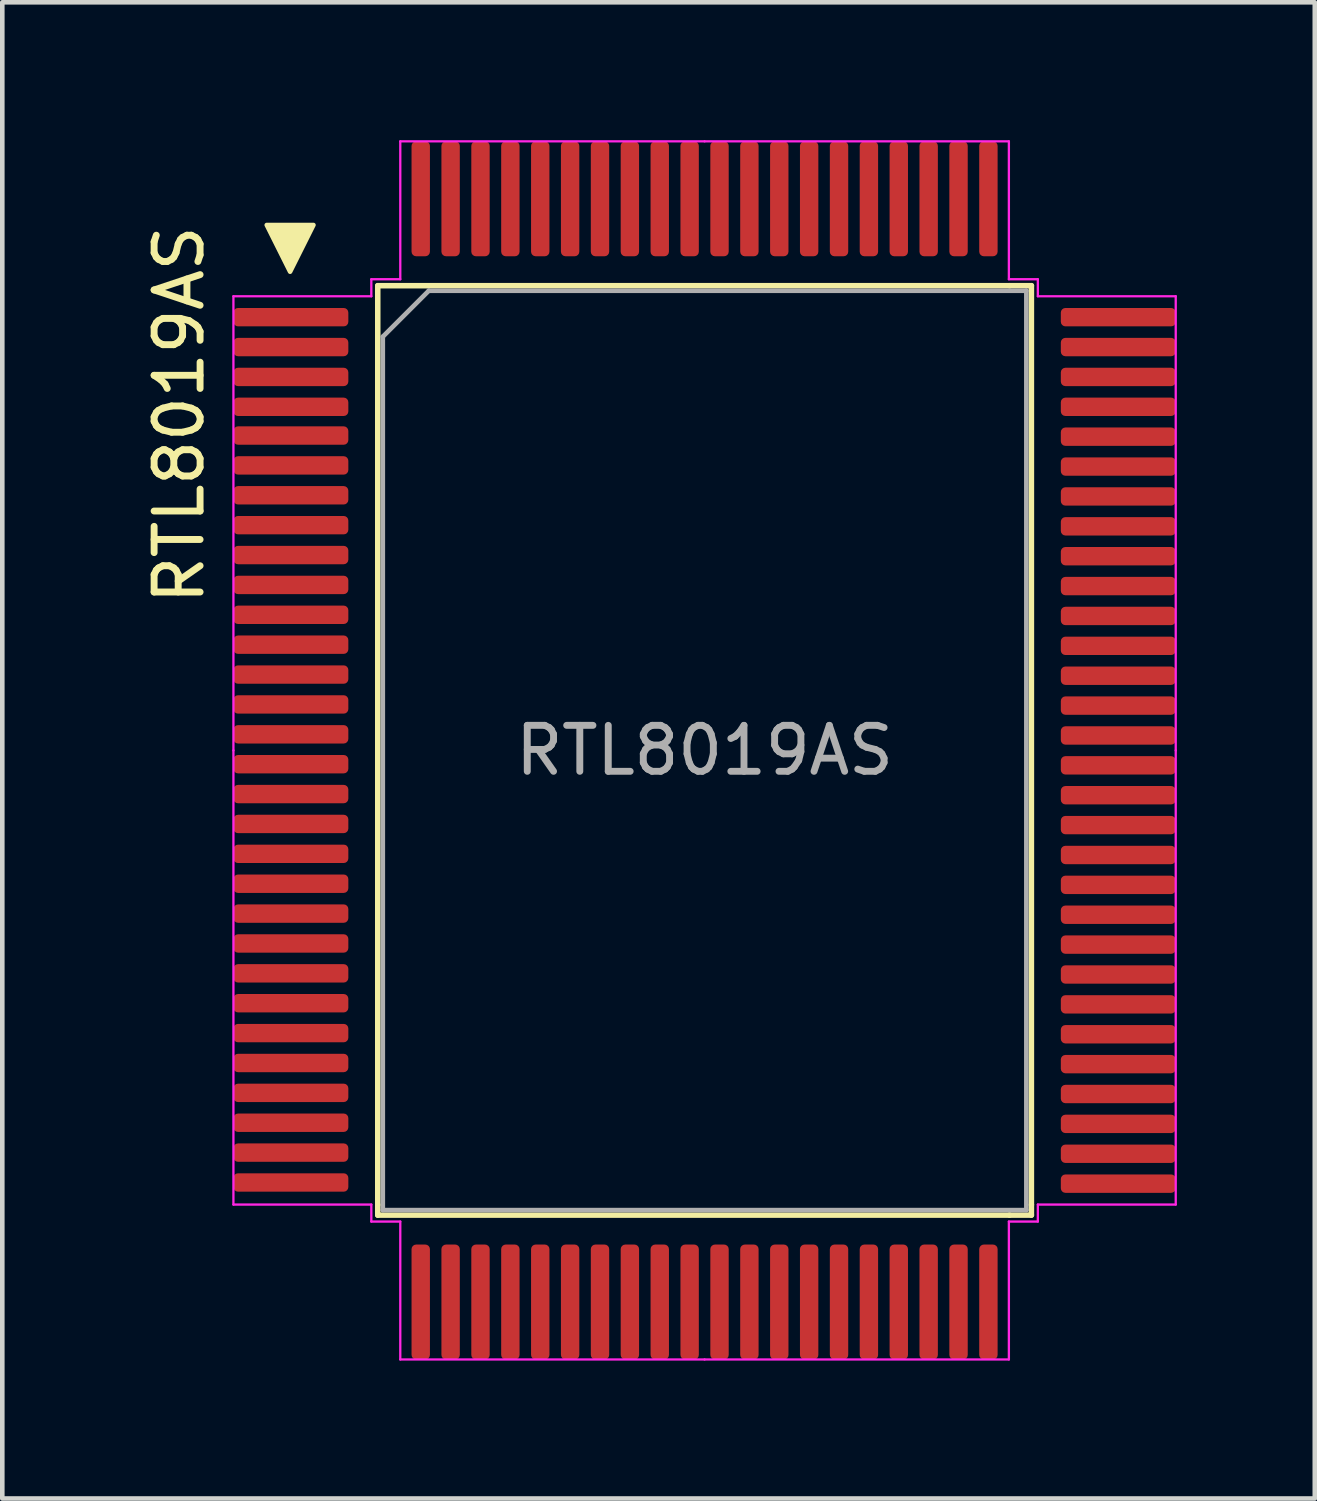
<source format=kicad_pcb>
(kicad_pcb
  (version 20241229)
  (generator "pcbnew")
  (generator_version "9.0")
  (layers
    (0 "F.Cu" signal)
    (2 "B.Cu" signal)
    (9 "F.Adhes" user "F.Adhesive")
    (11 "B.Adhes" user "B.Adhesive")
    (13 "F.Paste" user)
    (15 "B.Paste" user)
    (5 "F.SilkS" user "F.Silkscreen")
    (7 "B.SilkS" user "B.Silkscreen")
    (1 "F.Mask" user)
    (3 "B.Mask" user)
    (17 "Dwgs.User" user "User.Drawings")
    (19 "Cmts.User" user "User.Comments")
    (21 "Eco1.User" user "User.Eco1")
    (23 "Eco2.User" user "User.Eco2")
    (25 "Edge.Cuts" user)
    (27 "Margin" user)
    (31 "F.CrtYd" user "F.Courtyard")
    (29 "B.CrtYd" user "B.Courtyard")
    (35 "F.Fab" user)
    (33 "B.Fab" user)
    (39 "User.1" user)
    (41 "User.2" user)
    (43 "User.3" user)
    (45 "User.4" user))
  (footprint "RTL8019AS"
    (layer "F.Cu")
    (at 12.278 13.275)
    (property "Reference" "RTL8019AS" (at -11.43 -7.303 90) (layer "F.SilkS") (effects (font (size 1 1) (thickness 0.15))))
    (attr smd)
    (fp_line (start -7.11 -10.11) (end -7.11 9.885) (stroke (width 0.12) (type solid)) (layer "F.SilkS"))
    (fp_line (start -7.11 10.11) (end -7.11 9.885) (stroke (width 0.12) (type solid)) (layer "F.SilkS"))
    (fp_line (start 6.635 -10.11) (end -7.11 -10.11) (stroke (width 0.12) (type solid)) (layer "F.SilkS"))
    (fp_line (start 6.635 -10.11) (end 7.11 -10.11) (stroke (width 0.12) (type solid)) (layer "F.SilkS"))
    (fp_line (start 6.635 10.11) (end -7.11 10.11) (stroke (width 0.12) (type solid)) (layer "F.SilkS"))
    (fp_line (start 6.635 10.11) (end 7.11 10.11) (stroke (width 0.12) (type solid)) (layer "F.SilkS"))
    (fp_line (start 7.11 -10.11) (end 7.11 9.885) (stroke (width 0.12) (type solid)) (layer "F.SilkS"))
    (fp_line (start 7.11 10.11) (end 7.11 9.885) (stroke (width 0.12) (type solid)) (layer "F.SilkS"))
    (fp_poly (pts (xy -9.017 -10.414) (xy -9.525 -11.43) (xy -8.509 -11.43)) (stroke (width 0.1) (type solid)) (fill yes) (layer "F.SilkS"))
    (fp_line (start -10.25 -9.88) (end -10.25 0) (stroke (width 0.05) (type solid)) (layer "F.CrtYd"))
    (fp_line (start -10.25 9.88) (end -10.25 0) (stroke (width 0.05) (type solid)) (layer "F.CrtYd"))
    (fp_line (start -7.25 -10.25) (end -7.25 -9.88) (stroke (width 0.05) (type solid)) (layer "F.CrtYd"))
    (fp_line (start -7.25 -9.88) (end -10.25 -9.88) (stroke (width 0.05) (type solid)) (layer "F.CrtYd"))
    (fp_line (start -7.25 9.88) (end -10.25 9.88) (stroke (width 0.05) (type solid)) (layer "F.CrtYd"))
    (fp_line (start -7.25 10.25) (end -7.25 9.88) (stroke (width 0.05) (type solid)) (layer "F.CrtYd"))
    (fp_line (start -6.62 -13.25) (end -6.62 -10.25) (stroke (width 0.05) (type solid)) (layer "F.CrtYd"))
    (fp_line (start -6.62 -10.25) (end -7.25 -10.25) (stroke (width 0.05) (type solid)) (layer "F.CrtYd"))
    (fp_line (start -6.62 10.25) (end -7.25 10.25) (stroke (width 0.05) (type solid)) (layer "F.CrtYd"))
    (fp_line (start -6.62 13.25) (end -6.62 10.25) (stroke (width 0.05) (type solid)) (layer "F.CrtYd"))
    (fp_line (start 0 -13.25) (end -6.62 -13.25) (stroke (width 0.05) (type solid)) (layer "F.CrtYd"))
    (fp_line (start 0 -13.25) (end 6.62 -13.25) (stroke (width 0.05) (type solid)) (layer "F.CrtYd"))
    (fp_line (start 0 13.25) (end -6.62 13.25) (stroke (width 0.05) (type solid)) (layer "F.CrtYd"))
    (fp_line (start 0 13.25) (end 6.62 13.25) (stroke (width 0.05) (type solid)) (layer "F.CrtYd"))
    (fp_line (start 6.62 -13.25) (end 6.62 -10.25) (stroke (width 0.05) (type solid)) (layer "F.CrtYd"))
    (fp_line (start 6.62 -10.25) (end 7.25 -10.25) (stroke (width 0.05) (type solid)) (layer "F.CrtYd"))
    (fp_line (start 6.62 10.25) (end 7.25 10.25) (stroke (width 0.05) (type solid)) (layer "F.CrtYd"))
    (fp_line (start 6.62 13.25) (end 6.62 10.25) (stroke (width 0.05) (type solid)) (layer "F.CrtYd"))
    (fp_line (start 7.25 -10.25) (end 7.25 -9.88) (stroke (width 0.05) (type solid)) (layer "F.CrtYd"))
    (fp_line (start 7.25 -9.88) (end 10.25 -9.88) (stroke (width 0.05) (type solid)) (layer "F.CrtYd"))
    (fp_line (start 7.25 9.88) (end 10.25 9.88) (stroke (width 0.05) (type solid)) (layer "F.CrtYd"))
    (fp_line (start 7.25 10.25) (end 7.25 9.88) (stroke (width 0.05) (type solid)) (layer "F.CrtYd"))
    (fp_line (start 10.25 -9.88) (end 10.25 0) (stroke (width 0.05) (type solid)) (layer "F.CrtYd"))
    (fp_line (start 10.25 9.88) (end 10.25 0) (stroke (width 0.05) (type solid)) (layer "F.CrtYd"))
    (fp_line (start -7 -9) (end -6 -10) (stroke (width 0.1) (type solid)) (layer "F.Fab"))
    (fp_line (start -7 10) (end -7 -9) (stroke (width 0.1) (type solid)) (layer "F.Fab"))
    (fp_line (start -6 -10) (end 7 -10) (stroke (width 0.1) (type solid)) (layer "F.Fab"))
    (fp_line (start 7 -10) (end 7 10) (stroke (width 0.1) (type solid)) (layer "F.Fab"))
    (fp_line (start 7 10) (end -7 10) (stroke (width 0.1) (type solid)) (layer "F.Fab"))
    (fp_text user "${REFERENCE}" (at 0 0 0) (layer "F.Fab") (effects (font (size 1 1) (thickness 0.15))))
    (pad "1" smd roundrect (at -9 -9.425) (size 2.5 0.4) (layers "F.Cu" "F.Mask" "F.Paste") (roundrect_rratio 0.25))
    (pad "2" smd roundrect (at -9 -8.775) (size 2.5 0.4) (layers "F.Cu" "F.Mask" "F.Paste") (roundrect_rratio 0.25))
    (pad "3" smd roundrect (at -9 -8.125) (size 2.5 0.4) (layers "F.Cu" "F.Mask" "F.Paste") (roundrect_rratio 0.25))
    (pad "4" smd roundrect (at -9 -7.475) (size 2.5 0.4) (layers "F.Cu" "F.Mask" "F.Paste") (roundrect_rratio 0.25))
    (pad "5" smd roundrect (at -9 -6.85) (size 2.5 0.4) (layers "F.Cu" "F.Mask" "F.Paste") (roundrect_rratio 0.25))
    (pad "6" smd roundrect (at -9 -6.2) (size 2.5 0.4) (layers "F.Cu" "F.Mask" "F.Paste") (roundrect_rratio 0.25))
    (pad "7" smd roundrect (at -9 -5.55) (size 2.5 0.4) (layers "F.Cu" "F.Mask" "F.Paste") (roundrect_rratio 0.25))
    (pad "8" smd roundrect (at -9 -4.9) (size 2.5 0.4) (layers "F.Cu" "F.Mask" "F.Paste") (roundrect_rratio 0.25))
    (pad "9" smd roundrect (at -9 -4.25) (size 2.5 0.4) (layers "F.Cu" "F.Mask" "F.Paste") (roundrect_rratio 0.25))
    (pad "10" smd roundrect (at -9 -3.6) (size 2.5 0.4) (layers "F.Cu" "F.Mask" "F.Paste") (roundrect_rratio 0.25))
    (pad "11" smd roundrect (at -9 -2.95) (size 2.5 0.4) (layers "F.Cu" "F.Mask" "F.Paste") (roundrect_rratio 0.25))
    (pad "12" smd roundrect (at -9 -2.3) (size 2.5 0.4) (layers "F.Cu" "F.Mask" "F.Paste") (roundrect_rratio 0.25))
    (pad "13" smd roundrect (at -9 -1.65) (size 2.5 0.4) (layers "F.Cu" "F.Mask" "F.Paste") (roundrect_rratio 0.25))
    (pad "14" smd roundrect (at -9 -1) (size 2.5 0.4) (layers "F.Cu" "F.Mask" "F.Paste") (roundrect_rratio 0.25))
    (pad "15" smd roundrect (at -9 -0.35) (size 2.5 0.4) (layers "F.Cu" "F.Mask" "F.Paste") (roundrect_rratio 0.25))
    (pad "16" smd roundrect (at -9 0.3) (size 2.5 0.4) (layers "F.Cu" "F.Mask" "F.Paste") (roundrect_rratio 0.25))
    (pad "17" smd roundrect (at -9 0.95) (size 2.5 0.4) (layers "F.Cu" "F.Mask" "F.Paste") (roundrect_rratio 0.25))
    (pad "18" smd roundrect (at -9 1.6) (size 2.5 0.4) (layers "F.Cu" "F.Mask" "F.Paste") (roundrect_rratio 0.25))
    (pad "19" smd roundrect (at -9 2.25) (size 2.5 0.4) (layers "F.Cu" "F.Mask" "F.Paste") (roundrect_rratio 0.25))
    (pad "20" smd roundrect (at -9 2.9) (size 2.5 0.4) (layers "F.Cu" "F.Mask" "F.Paste") (roundrect_rratio 0.25))
    (pad "21" smd roundrect (at -9 3.55) (size 2.5 0.4) (layers "F.Cu" "F.Mask" "F.Paste") (roundrect_rratio 0.25))
    (pad "22" smd roundrect (at -9 4.2) (size 2.5 0.4) (layers "F.Cu" "F.Mask" "F.Paste") (roundrect_rratio 0.25))
    (pad "23" smd roundrect (at -9 4.85) (size 2.5 0.4) (layers "F.Cu" "F.Mask" "F.Paste") (roundrect_rratio 0.25))
    (pad "24" smd roundrect (at -9 5.5) (size 2.5 0.4) (layers "F.Cu" "F.Mask" "F.Paste") (roundrect_rratio 0.25))
    (pad "25" smd roundrect (at -9 6.15) (size 2.5 0.4) (layers "F.Cu" "F.Mask" "F.Paste") (roundrect_rratio 0.25))
    (pad "26" smd roundrect (at -9 6.8) (size 2.5 0.4) (layers "F.Cu" "F.Mask" "F.Paste") (roundrect_rratio 0.25))
    (pad "27" smd roundrect (at -9 7.45) (size 2.5 0.4) (layers "F.Cu" "F.Mask" "F.Paste") (roundrect_rratio 0.25))
    (pad "28" smd roundrect (at -9 8.1) (size 2.5 0.4) (layers "F.Cu" "F.Mask" "F.Paste") (roundrect_rratio 0.25))
    (pad "29" smd roundrect (at -9 8.75) (size 2.5 0.4) (layers "F.Cu" "F.Mask" "F.Paste") (roundrect_rratio 0.25))
    (pad "30" smd roundrect (at -9 9.4) (size 2.5 0.4) (layers "F.Cu" "F.Mask" "F.Paste") (roundrect_rratio 0.25))
    (pad "31" smd roundrect (at -6.175 12 90) (size 2.5 0.4) (layers "F.Cu" "F.Mask" "F.Paste") (roundrect_rratio 0.25))
    (pad "32" smd roundrect (at -5.525 12 90) (size 2.5 0.4) (layers "F.Cu" "F.Mask" "F.Paste") (roundrect_rratio 0.25))
    (pad "33" smd roundrect (at -4.875 12 90) (size 2.5 0.4) (layers "F.Cu" "F.Mask" "F.Paste") (roundrect_rratio 0.25))
    (pad "34" smd roundrect (at -4.225 12 90) (size 2.5 0.4) (layers "F.Cu" "F.Mask" "F.Paste") (roundrect_rratio 0.25))
    (pad "35" smd roundrect (at -3.575 12 90) (size 2.5 0.4) (layers "F.Cu" "F.Mask" "F.Paste") (roundrect_rratio 0.25))
    (pad "36" smd roundrect (at -2.925 12 90) (size 2.5 0.4) (layers "F.Cu" "F.Mask" "F.Paste") (roundrect_rratio 0.25))
    (pad "37" smd roundrect (at -2.275 12 90) (size 2.5 0.4) (layers "F.Cu" "F.Mask" "F.Paste") (roundrect_rratio 0.25))
    (pad "38" smd roundrect (at -1.625 12 90) (size 2.5 0.4) (layers "F.Cu" "F.Mask" "F.Paste") (roundrect_rratio 0.25))
    (pad "39" smd roundrect (at -0.975 12 90) (size 2.5 0.4) (layers "F.Cu" "F.Mask" "F.Paste") (roundrect_rratio 0.25))
    (pad "40" smd roundrect (at -0.325 12 90) (size 2.5 0.4) (layers "F.Cu" "F.Mask" "F.Paste") (roundrect_rratio 0.25))
    (pad "41" smd roundrect (at 0.325 12 90) (size 2.5 0.4) (layers "F.Cu" "F.Mask" "F.Paste") (roundrect_rratio 0.25))
    (pad "42" smd roundrect (at 0.975 12 90) (size 2.5 0.4) (layers "F.Cu" "F.Mask" "F.Paste") (roundrect_rratio 0.25))
    (pad "43" smd roundrect (at 1.625 12 90) (size 2.5 0.4) (layers "F.Cu" "F.Mask" "F.Paste") (roundrect_rratio 0.25))
    (pad "44" smd roundrect (at 2.275 12 90) (size 2.5 0.4) (layers "F.Cu" "F.Mask" "F.Paste") (roundrect_rratio 0.25))
    (pad "45" smd roundrect (at 2.925 12 90) (size 2.5 0.4) (layers "F.Cu" "F.Mask" "F.Paste") (roundrect_rratio 0.25))
    (pad "46" smd roundrect (at 3.575 12 90) (size 2.5 0.4) (layers "F.Cu" "F.Mask" "F.Paste") (roundrect_rratio 0.25))
    (pad "47" smd roundrect (at 4.225 12 90) (size 2.5 0.4) (layers "F.Cu" "F.Mask" "F.Paste") (roundrect_rratio 0.25))
    (pad "48" smd roundrect (at 4.875 12 90) (size 2.5 0.4) (layers "F.Cu" "F.Mask" "F.Paste") (roundrect_rratio 0.25))
    (pad "49" smd roundrect (at 5.525 12 90) (size 2.5 0.4) (layers "F.Cu" "F.Mask" "F.Paste") (roundrect_rratio 0.25))
    (pad "50" smd roundrect (at 6.175 12 90) (size 2.5 0.4) (layers "F.Cu" "F.Mask" "F.Paste") (roundrect_rratio 0.25))
    (pad "51" smd roundrect (at 9 9.425) (size 2.5 0.4) (layers "F.Cu" "F.Mask" "F.Paste") (roundrect_rratio 0.25))
    (pad "52" smd roundrect (at 9 8.775) (size 2.5 0.4) (layers "F.Cu" "F.Mask" "F.Paste") (roundrect_rratio 0.25))
    (pad "53" smd roundrect (at 9 8.125) (size 2.5 0.4) (layers "F.Cu" "F.Mask" "F.Paste") (roundrect_rratio 0.25))
    (pad "54" smd roundrect (at 9 7.475) (size 2.5 0.4) (layers "F.Cu" "F.Mask" "F.Paste") (roundrect_rratio 0.25))
    (pad "55" smd roundrect (at 9 6.825) (size 2.5 0.4) (layers "F.Cu" "F.Mask" "F.Paste") (roundrect_rratio 0.25))
    (pad "56" smd roundrect (at 9 6.175) (size 2.5 0.4) (layers "F.Cu" "F.Mask" "F.Paste") (roundrect_rratio 0.25))
    (pad "57" smd roundrect (at 9 5.525) (size 2.5 0.4) (layers "F.Cu" "F.Mask" "F.Paste") (roundrect_rratio 0.25))
    (pad "58" smd roundrect (at 9 4.875) (size 2.5 0.4) (layers "F.Cu" "F.Mask" "F.Paste") (roundrect_rratio 0.25))
    (pad "59" smd roundrect (at 9 4.225) (size 2.5 0.4) (layers "F.Cu" "F.Mask" "F.Paste") (roundrect_rratio 0.25))
    (pad "60" smd roundrect (at 9 3.575) (size 2.5 0.4) (layers "F.Cu" "F.Mask" "F.Paste") (roundrect_rratio 0.25))
    (pad "61" smd roundrect (at 9 2.925) (size 2.5 0.4) (layers "F.Cu" "F.Mask" "F.Paste") (roundrect_rratio 0.25))
    (pad "62" smd roundrect (at 9 2.275) (size 2.5 0.4) (layers "F.Cu" "F.Mask" "F.Paste") (roundrect_rratio 0.25))
    (pad "63" smd roundrect (at 9 1.625) (size 2.5 0.4) (layers "F.Cu" "F.Mask" "F.Paste") (roundrect_rratio 0.25))
    (pad "64" smd roundrect (at 9 0.975) (size 2.5 0.4) (layers "F.Cu" "F.Mask" "F.Paste") (roundrect_rratio 0.25))
    (pad "65" smd roundrect (at 9 0.325) (size 2.5 0.4) (layers "F.Cu" "F.Mask" "F.Paste") (roundrect_rratio 0.25))
    (pad "66" smd roundrect (at 9 -0.325) (size 2.5 0.4) (layers "F.Cu" "F.Mask" "F.Paste") (roundrect_rratio 0.25))
    (pad "67" smd roundrect (at 9 -0.975) (size 2.5 0.4) (layers "F.Cu" "F.Mask" "F.Paste") (roundrect_rratio 0.25))
    (pad "68" smd roundrect (at 9 -1.625) (size 2.5 0.4) (layers "F.Cu" "F.Mask" "F.Paste") (roundrect_rratio 0.25))
    (pad "69" smd roundrect (at 9 -2.275) (size 2.5 0.4) (layers "F.Cu" "F.Mask" "F.Paste") (roundrect_rratio 0.25))
    (pad "70" smd roundrect (at 9 -2.925) (size 2.5 0.4) (layers "F.Cu" "F.Mask" "F.Paste") (roundrect_rratio 0.25))
    (pad "71" smd roundrect (at 9 -3.575) (size 2.5 0.4) (layers "F.Cu" "F.Mask" "F.Paste") (roundrect_rratio 0.25))
    (pad "72" smd roundrect (at 9 -4.225) (size 2.5 0.4) (layers "F.Cu" "F.Mask" "F.Paste") (roundrect_rratio 0.25))
    (pad "73" smd roundrect (at 9 -4.875) (size 2.5 0.4) (layers "F.Cu" "F.Mask" "F.Paste") (roundrect_rratio 0.25))
    (pad "74" smd roundrect (at 9 -5.525) (size 2.5 0.4) (layers "F.Cu" "F.Mask" "F.Paste") (roundrect_rratio 0.25))
    (pad "75" smd roundrect (at 9 -6.175) (size 2.5 0.4) (layers "F.Cu" "F.Mask" "F.Paste") (roundrect_rratio 0.25))
    (pad "76" smd roundrect (at 9 -6.825) (size 2.5 0.4) (layers "F.Cu" "F.Mask" "F.Paste") (roundrect_rratio 0.25))
    (pad "77" smd roundrect (at 9 -7.475) (size 2.5 0.4) (layers "F.Cu" "F.Mask" "F.Paste") (roundrect_rratio 0.25))
    (pad "78" smd roundrect (at 9 -8.125) (size 2.5 0.4) (layers "F.Cu" "F.Mask" "F.Paste") (roundrect_rratio 0.25))
    (pad "79" smd roundrect (at 9 -8.775) (size 2.5 0.4) (layers "F.Cu" "F.Mask" "F.Paste") (roundrect_rratio 0.25))
    (pad "80" smd roundrect (at 9 -9.425) (size 2.5 0.4) (layers "F.Cu" "F.Mask" "F.Paste") (roundrect_rratio 0.25))
    (pad "81" smd roundrect (at 6.175 -12 90) (size 2.5 0.4) (layers "F.Cu" "F.Mask" "F.Paste") (roundrect_rratio 0.25))
    (pad "82" smd roundrect (at 5.525 -12 90) (size 2.5 0.4) (layers "F.Cu" "F.Mask" "F.Paste") (roundrect_rratio 0.25))
    (pad "83" smd roundrect (at 4.875 -12 90) (size 2.5 0.4) (layers "F.Cu" "F.Mask" "F.Paste") (roundrect_rratio 0.25))
    (pad "84" smd roundrect (at 4.225 -12 90) (size 2.5 0.4) (layers "F.Cu" "F.Mask" "F.Paste") (roundrect_rratio 0.25))
    (pad "85" smd roundrect (at 3.575 -12 90) (size 2.5 0.4) (layers "F.Cu" "F.Mask" "F.Paste") (roundrect_rratio 0.25))
    (pad "86" smd roundrect (at 2.925 -12 90) (size 2.5 0.4) (layers "F.Cu" "F.Mask" "F.Paste") (roundrect_rratio 0.25))
    (pad "87" smd roundrect (at 2.275 -12 90) (size 2.5 0.4) (layers "F.Cu" "F.Mask" "F.Paste") (roundrect_rratio 0.25))
    (pad "88" smd roundrect (at 1.625 -12 90) (size 2.5 0.4) (layers "F.Cu" "F.Mask" "F.Paste") (roundrect_rratio 0.25))
    (pad "89" smd roundrect (at 0.975 -12 90) (size 2.5 0.4) (layers "F.Cu" "F.Mask" "F.Paste") (roundrect_rratio 0.25))
    (pad "90" smd roundrect (at 0.325 -12 90) (size 2.5 0.4) (layers "F.Cu" "F.Mask" "F.Paste") (roundrect_rratio 0.25))
    (pad "91" smd roundrect (at -0.325 -12 90) (size 2.5 0.4) (layers "F.Cu" "F.Mask" "F.Paste") (roundrect_rratio 0.25))
    (pad "92" smd roundrect (at -0.975 -12 90) (size 2.5 0.4) (layers "F.Cu" "F.Mask" "F.Paste") (roundrect_rratio 0.25))
    (pad "93" smd roundrect (at -1.625 -12 90) (size 2.5 0.4) (layers "F.Cu" "F.Mask" "F.Paste") (roundrect_rratio 0.25))
    (pad "94" smd roundrect (at -2.275 -12 90) (size 2.5 0.4) (layers "F.Cu" "F.Mask" "F.Paste") (roundrect_rratio 0.25))
    (pad "95" smd roundrect (at -2.925 -12 90) (size 2.5 0.4) (layers "F.Cu" "F.Mask" "F.Paste") (roundrect_rratio 0.25))
    (pad "96" smd roundrect (at -3.575 -12 90) (size 2.5 0.4) (layers "F.Cu" "F.Mask" "F.Paste") (roundrect_rratio 0.25))
    (pad "97" smd roundrect (at -4.225 -12 90) (size 2.5 0.4) (layers "F.Cu" "F.Mask" "F.Paste") (roundrect_rratio 0.25))
    (pad "98" smd roundrect (at -4.875 -12 90) (size 2.5 0.4) (layers "F.Cu" "F.Mask" "F.Paste") (roundrect_rratio 0.25))
    (pad "99" smd roundrect (at -5.525 -12 90) (size 2.5 0.4) (layers "F.Cu" "F.Mask" "F.Paste") (roundrect_rratio 0.25))
    (pad "100" smd roundrect (at -6.175 -12 90) (size 2.5 0.4) (layers "F.Cu" "F.Mask" "F.Paste") (roundrect_rratio 0.25)))
  (gr_rect
    (start -3 -3)
    (end 25.553 29.55)
    (stroke (width 0.1) (type default))
    (fill no)
    (layer "Edge.Cuts")))
</source>
